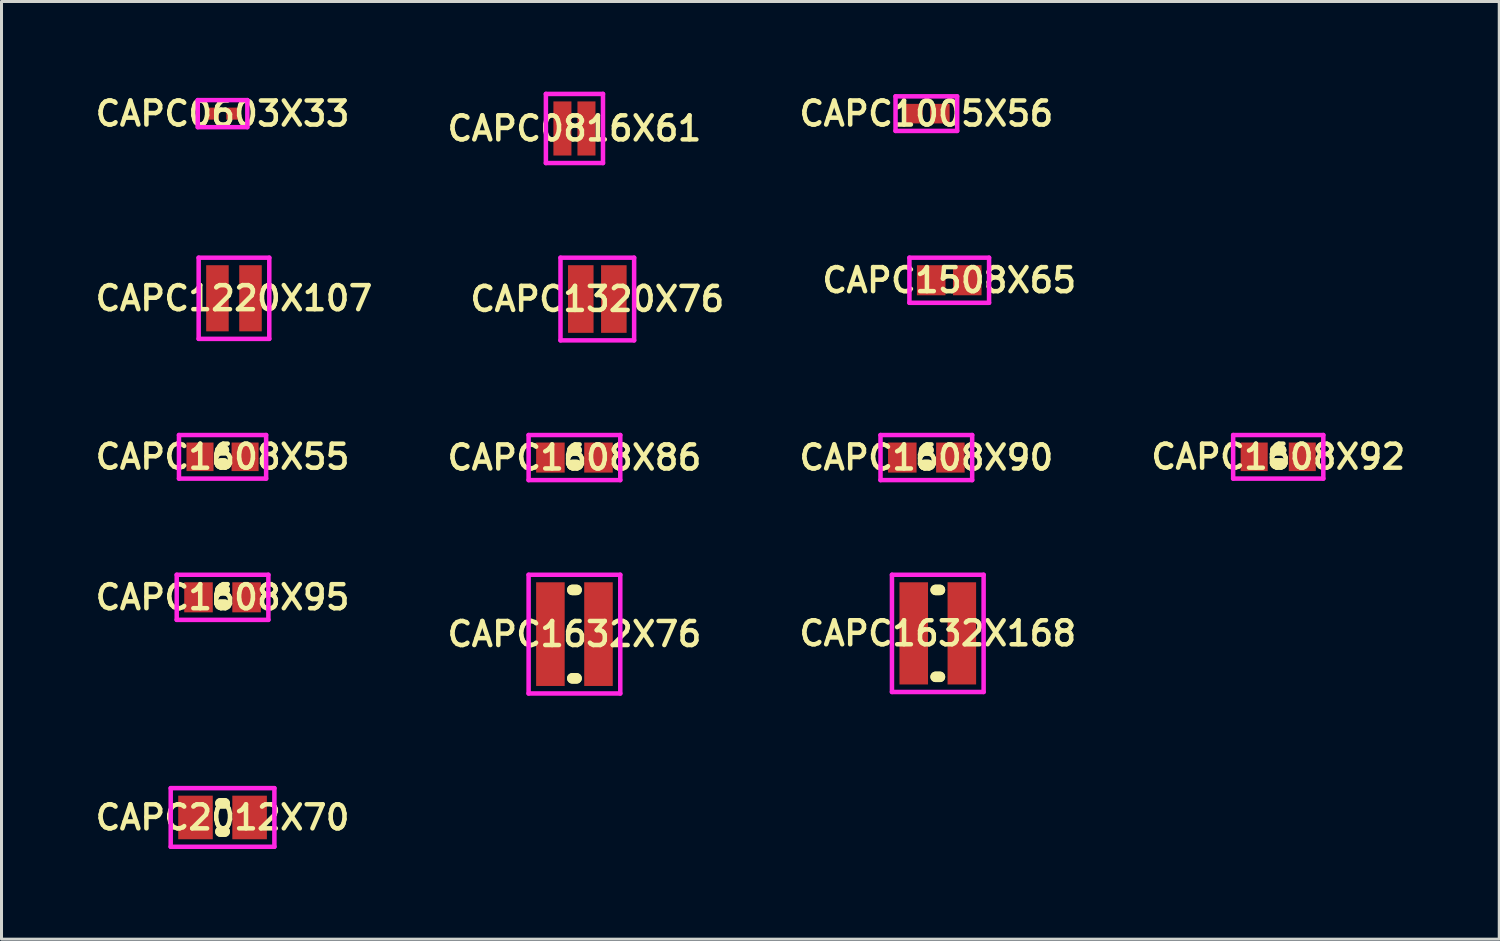
<source format=kicad_pcb>
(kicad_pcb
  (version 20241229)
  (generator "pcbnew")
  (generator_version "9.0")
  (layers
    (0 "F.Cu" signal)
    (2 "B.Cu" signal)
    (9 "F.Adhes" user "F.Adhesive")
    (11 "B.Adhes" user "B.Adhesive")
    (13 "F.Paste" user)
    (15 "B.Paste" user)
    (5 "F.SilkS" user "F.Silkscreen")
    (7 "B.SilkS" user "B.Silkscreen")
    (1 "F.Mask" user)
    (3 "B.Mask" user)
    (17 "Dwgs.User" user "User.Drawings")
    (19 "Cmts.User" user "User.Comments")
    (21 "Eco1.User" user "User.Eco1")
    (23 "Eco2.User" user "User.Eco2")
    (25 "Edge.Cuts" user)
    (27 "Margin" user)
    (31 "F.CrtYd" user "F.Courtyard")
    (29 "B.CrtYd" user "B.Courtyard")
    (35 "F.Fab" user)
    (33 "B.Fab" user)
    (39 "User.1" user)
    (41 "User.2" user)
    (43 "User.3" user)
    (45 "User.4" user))
  (footprint "CAPC1608X95"
    (layer "F.Cu")
    (at 4.355 16.825)
    (property "Reference" "CAPC1608X95" (at 0 0 0) (layer "F.SilkS") (effects (font (size 0.8 0.8) (thickness 0.15))))
    (attr through_hole)
    (fp_line (start -0.071 -0.246) (end 0.071 -0.246) (stroke (width 0.35) (type solid)) (layer "F.SilkS"))
    (fp_line (start -0.071 0.246) (end 0.071 0.246) (stroke (width 0.35) (type solid)) (layer "F.SilkS"))
    (fp_line (start 0.071 -0.246) (end -0.071 -0.246) (stroke (width 0.35) (type solid)) (layer "F.SilkS"))
    (fp_line (start 0.071 0.246) (end -0.071 0.246) (stroke (width 0.35) (type solid)) (layer "F.SilkS"))
    (fp_line (start -1.525 -0.75) (end 1.525 -0.75) (stroke (width 0.15) (type solid)) (layer "F.CrtYd"))
    (fp_line (start -1.525 0.75) (end -1.525 -0.75) (stroke (width 0.15) (type solid)) (layer "F.CrtYd"))
    (fp_line (start 1.525 -0.75) (end 1.525 0.75) (stroke (width 0.15) (type solid)) (layer "F.CrtYd"))
    (fp_line (start 1.525 0.75) (end -1.525 0.75) (stroke (width 0.15) (type solid)) (layer "F.CrtYd"))
    (pad "1" smd rect (at -0.8 0) (size 0.95 1) (layers "F.Cu" "F.Mask" "F.Paste"))
    (pad "2" smd rect (at 0.8 0) (size 0.95 1) (layers "F.Cu" "F.Mask" "F.Paste")))
  (footprint "CAPC0816X61"
    (layer "F.Cu")
    (at 16.064 1.225)
    (property "Reference" "CAPC0816X61" (at 0 0 0) (layer "F.SilkS") (effects (font (size 0.8 0.8) (thickness 0.15))))
    (attr through_hole)
    (fp_line (start -0.95 -1.15) (end 0.95 -1.15) (stroke (width 0.15) (type solid)) (layer "F.CrtYd"))
    (fp_line (start -0.95 1.15) (end -0.95 -1.15) (stroke (width 0.15) (type solid)) (layer "F.CrtYd"))
    (fp_line (start 0.95 -1.15) (end 0.95 1.15) (stroke (width 0.15) (type solid)) (layer "F.CrtYd"))
    (fp_line (start 0.95 1.15) (end -0.95 1.15) (stroke (width 0.15) (type solid)) (layer "F.CrtYd"))
    (pad "1" smd rect (at -0.4 0) (size 0.6 1.8) (layers "F.Cu" "F.Mask" "F.Paste"))
    (pad "2" smd rect (at 0.4 0) (size 0.6 1.8) (layers "F.Cu" "F.Mask" "F.Paste")))
  (footprint "CAPC1608X55"
    (layer "F.Cu")
    (at 4.355 12.15)
    (property "Reference" "CAPC1608X55" (at 0 0 0) (layer "F.SilkS") (effects (font (size 0.8 0.8) (thickness 0.15))))
    (attr smd)
    (fp_line (start -0.046 -0.221) (end 0.046 -0.221) (stroke (width 0.35) (type solid)) (layer "F.SilkS"))
    (fp_line (start -0.046 0.221) (end 0.046 0.221) (stroke (width 0.35) (type solid)) (layer "F.SilkS"))
    (fp_line (start 0.046 -0.221) (end -0.046 -0.221) (stroke (width 0.35) (type solid)) (layer "F.SilkS"))
    (fp_line (start 0.046 0.221) (end -0.046 0.221) (stroke (width 0.35) (type solid)) (layer "F.SilkS"))
    (fp_line (start -1.45 -0.725) (end 1.45 -0.725) (stroke (width 0.15) (type solid)) (layer "F.CrtYd"))
    (fp_line (start -1.45 0.725) (end -1.45 -0.725) (stroke (width 0.15) (type solid)) (layer "F.CrtYd"))
    (fp_line (start 1.45 -0.725) (end 1.45 0.725) (stroke (width 0.15) (type solid)) (layer "F.CrtYd"))
    (fp_line (start 1.45 0.725) (end -1.45 0.725) (stroke (width 0.15) (type solid)) (layer "F.CrtYd"))
    (pad "1" smd rect (at -0.75 0) (size 0.9 0.95) (layers "F.Cu" "F.Mask" "F.Paste"))
    (pad "2" smd rect (at 0.75 0) (size 0.9 0.95) (layers "F.Cu" "F.Mask" "F.Paste")))
  (footprint "CAPC1320X76"
    (layer "F.Cu")
    (at 16.825 6.9)
    (property "Reference" "CAPC1320X76" (at 0 0 0) (layer "F.SilkS") (effects (font (size 0.8 0.8) (thickness 0.15))))
    (attr smd)
    (fp_line (start -1.225 -1.375) (end 1.225 -1.375) (stroke (width 0.15) (type solid)) (layer "F.CrtYd"))
    (fp_line (start -1.225 1.375) (end -1.225 -1.375) (stroke (width 0.15) (type solid)) (layer "F.CrtYd"))
    (fp_line (start 1.225 -1.375) (end 1.225 1.375) (stroke (width 0.15) (type solid)) (layer "F.CrtYd"))
    (fp_line (start 1.225 1.375) (end -1.225 1.375) (stroke (width 0.15) (type solid)) (layer "F.CrtYd"))
    (pad "1" smd rect (at -0.55 0) (size 0.85 2.25) (layers "F.Cu" "F.Mask" "F.Paste"))
    (pad "2" smd rect (at 0.55 0) (size 0.85 2.25) (layers "F.Cu" "F.Mask" "F.Paste")))
  (footprint "CAPC0603X33"
    (layer "F.Cu")
    (at 4.355 0.731)
    (property "Reference" "CAPC0603X33" (at 0 0 0) (layer "F.SilkS") (effects (font (size 0.8 0.8) (thickness 0.15))))
    (attr through_hole)
    (fp_line (start -0.825 -0.45) (end 0.825 -0.45) (stroke (width 0.15) (type solid)) (layer "F.CrtYd"))
    (fp_line (start -0.825 0.45) (end -0.825 -0.45) (stroke (width 0.15) (type solid)) (layer "F.CrtYd"))
    (fp_line (start 0.825 -0.45) (end 0.825 0.45) (stroke (width 0.15) (type solid)) (layer "F.CrtYd"))
    (fp_line (start 0.825 0.45) (end -0.825 0.45) (stroke (width 0.15) (type solid)) (layer "F.CrtYd"))
    (pad "1" smd rect (at -0.35 0) (size 0.45 0.4) (layers "F.Cu" "F.Mask" "F.Paste"))
    (pad "2" smd rect (at 0.35 0) (size 0.45 0.4) (layers "F.Cu" "F.Mask" "F.Paste")))
  (footprint "CAPC1220X107"
    (layer "F.Cu")
    (at 4.735 6.875)
    (property "Reference" "CAPC1220X107" (at 0 0 0) (layer "F.SilkS") (effects (font (size 0.8 0.8) (thickness 0.15))))
    (attr smd)
    (fp_line (start -1.175 -1.35) (end 1.175 -1.35) (stroke (width 0.15) (type solid)) (layer "F.CrtYd"))
    (fp_line (start -1.175 1.35) (end -1.175 -1.35) (stroke (width 0.15) (type solid)) (layer "F.CrtYd"))
    (fp_line (start 1.175 -1.35) (end 1.175 1.35) (stroke (width 0.15) (type solid)) (layer "F.CrtYd"))
    (fp_line (start 1.175 1.35) (end -1.175 1.35) (stroke (width 0.15) (type solid)) (layer "F.CrtYd"))
    (pad "1" smd rect (at -0.55 0) (size 0.75 2.2) (layers "F.Cu" "F.Mask" "F.Paste"))
    (pad "2" smd rect (at 0.55 0) (size 0.75 2.2) (layers "F.Cu" "F.Mask" "F.Paste")))
  (footprint "CAPC1508X65"
    (layer "F.Cu")
    (at 28.535 6.275)
    (property "Reference" "CAPC1508X65" (at 0 0 0) (layer "F.SilkS") (effects (font (size 0.8 0.8) (thickness 0.15))))
    (attr smd)
    (fp_line (start -1.325 -0.75) (end 1.325 -0.75) (stroke (width 0.15) (type solid)) (layer "F.CrtYd"))
    (fp_line (start -1.325 0.75) (end -1.325 -0.75) (stroke (width 0.15) (type solid)) (layer "F.CrtYd"))
    (fp_line (start 1.325 -0.75) (end 1.325 0.75) (stroke (width 0.15) (type solid)) (layer "F.CrtYd"))
    (fp_line (start 1.325 0.75) (end -1.325 0.75) (stroke (width 0.15) (type solid)) (layer "F.CrtYd"))
    (pad "1" smd rect (at -0.6 0) (size 0.95 1) (layers "F.Cu" "F.Mask" "F.Paste"))
    (pad "2" smd rect (at 0.6 0) (size 0.95 1) (layers "F.Cu" "F.Mask" "F.Paste")))
  (footprint "CAPC1608X86"
    (layer "F.Cu")
    (at 16.064 12.175)
    (property "Reference" "CAPC1608X86" (at 0 0 0) (layer "F.SilkS") (effects (font (size 0.8 0.8) (thickness 0.15))))
    (attr smd)
    (fp_line (start -0.071 -0.246) (end 0.071 -0.246) (stroke (width 0.35) (type solid)) (layer "F.SilkS"))
    (fp_line (start -0.071 0.246) (end 0.071 0.246) (stroke (width 0.35) (type solid)) (layer "F.SilkS"))
    (fp_line (start 0.071 -0.246) (end -0.071 -0.246) (stroke (width 0.35) (type solid)) (layer "F.SilkS"))
    (fp_line (start 0.071 0.246) (end -0.071 0.246) (stroke (width 0.35) (type solid)) (layer "F.SilkS"))
    (fp_line (start -1.525 -0.75) (end 1.525 -0.75) (stroke (width 0.15) (type solid)) (layer "F.CrtYd"))
    (fp_line (start -1.525 0.75) (end -1.525 -0.75) (stroke (width 0.15) (type solid)) (layer "F.CrtYd"))
    (fp_line (start 1.525 -0.75) (end 1.525 0.75) (stroke (width 0.15) (type solid)) (layer "F.CrtYd"))
    (fp_line (start 1.525 0.75) (end -1.525 0.75) (stroke (width 0.15) (type solid)) (layer "F.CrtYd"))
    (pad "1" smd rect (at -0.8 0) (size 0.95 1) (layers "F.Cu" "F.Mask" "F.Paste"))
    (pad "2" smd rect (at 0.8 0) (size 0.95 1) (layers "F.Cu" "F.Mask" "F.Paste")))
  (footprint "CAPC1608X90"
    (layer "F.Cu")
    (at 27.773 12.175)
    (property "Reference" "CAPC1608X90" (at 0 0 0) (layer "F.SilkS") (effects (font (size 0.8 0.8) (thickness 0.15))))
    (attr smd)
    (fp_line (start -0.071 -0.246) (end 0.071 -0.246) (stroke (width 0.35) (type solid)) (layer "F.SilkS"))
    (fp_line (start -0.071 0.246) (end 0.071 0.246) (stroke (width 0.35) (type solid)) (layer "F.SilkS"))
    (fp_line (start 0.071 -0.246) (end -0.071 -0.246) (stroke (width 0.35) (type solid)) (layer "F.SilkS"))
    (fp_line (start 0.071 0.246) (end -0.071 0.246) (stroke (width 0.35) (type solid)) (layer "F.SilkS"))
    (fp_line (start -1.525 -0.75) (end 1.525 -0.75) (stroke (width 0.15) (type solid)) (layer "F.CrtYd"))
    (fp_line (start -1.525 0.75) (end -1.525 -0.75) (stroke (width 0.15) (type solid)) (layer "F.CrtYd"))
    (fp_line (start 1.525 -0.75) (end 1.525 0.75) (stroke (width 0.15) (type solid)) (layer "F.CrtYd"))
    (fp_line (start 1.525 0.75) (end -1.525 0.75) (stroke (width 0.15) (type solid)) (layer "F.CrtYd"))
    (pad "1" smd rect (at -0.8 0) (size 0.95 1) (layers "F.Cu" "F.Mask" "F.Paste"))
    (pad "2" smd rect (at 0.8 0) (size 0.95 1) (layers "F.Cu" "F.Mask" "F.Paste")))
  (footprint "CAPC2012X70"
    (layer "F.Cu")
    (at 4.355 24.15)
    (property "Reference" "CAPC2012X70" (at 0 0 0) (layer "F.SilkS") (effects (font (size 0.8 0.8) (thickness 0.15))))
    (attr smd)
    (fp_line (start -0.071 -0.471) (end 0.071 -0.471) (stroke (width 0.35) (type solid)) (layer "F.SilkS"))
    (fp_line (start -0.071 0.471) (end 0.071 0.471) (stroke (width 0.35) (type solid)) (layer "F.SilkS"))
    (fp_line (start 0.071 -0.471) (end -0.071 -0.471) (stroke (width 0.35) (type solid)) (layer "F.SilkS"))
    (fp_line (start 0.071 0.471) (end -0.071 0.471) (stroke (width 0.35) (type solid)) (layer "F.SilkS"))
    (fp_line (start -1.725 -0.975) (end 1.725 -0.975) (stroke (width 0.15) (type solid)) (layer "F.CrtYd"))
    (fp_line (start -1.725 0.975) (end -1.725 -0.975) (stroke (width 0.15) (type solid)) (layer "F.CrtYd"))
    (fp_line (start 1.725 -0.975) (end 1.725 0.975) (stroke (width 0.15) (type solid)) (layer "F.CrtYd"))
    (fp_line (start 1.725 0.975) (end -1.725 0.975) (stroke (width 0.15) (type solid)) (layer "F.CrtYd"))
    (pad "1" smd rect (at -0.9 0) (size 1.15 1.45) (layers "F.Cu" "F.Mask" "F.Paste"))
    (pad "2" smd rect (at 0.9 0) (size 1.15 1.45) (layers "F.Cu" "F.Mask" "F.Paste")))
  (footprint "CAPC1005X56"
    (layer "F.Cu")
    (at 27.773 0.731)
    (property "Reference" "CAPC1005X56" (at 0 0 0) (layer "F.SilkS") (effects (font (size 0.8 0.8) (thickness 0.15))))
    (attr through_hole)
    (fp_line (start -1.025 -0.575) (end 1.025 -0.575) (stroke (width 0.15) (type solid)) (layer "F.CrtYd"))
    (fp_line (start -1.025 0.575) (end -1.025 -0.575) (stroke (width 0.15) (type solid)) (layer "F.CrtYd"))
    (fp_line (start 1.025 -0.575) (end 1.025 0.575) (stroke (width 0.15) (type solid)) (layer "F.CrtYd"))
    (fp_line (start 1.025 0.575) (end -1.025 0.575) (stroke (width 0.15) (type solid)) (layer "F.CrtYd"))
    (pad "1" smd rect (at -0.45 0) (size 0.65 0.65) (layers "F.Cu" "F.Mask" "F.Paste"))
    (pad "2" smd rect (at 0.45 0) (size 0.65 0.65) (layers "F.Cu" "F.Mask" "F.Paste")))
  (footprint "CAPC1632X168"
    (layer "F.Cu")
    (at 28.154 18.025)
    (property "Reference" "CAPC1632X168" (at 0 0 0) (layer "F.SilkS") (effects (font (size 0.8 0.8) (thickness 0.15))))
    (attr smd)
    (fp_line (start -0.071 -1.446) (end 0.071 -1.446) (stroke (width 0.35) (type solid)) (layer "F.SilkS"))
    (fp_line (start -0.071 1.446) (end 0.071 1.446) (stroke (width 0.35) (type solid)) (layer "F.SilkS"))
    (fp_line (start 0.071 -1.446) (end -0.071 -1.446) (stroke (width 0.35) (type solid)) (layer "F.SilkS"))
    (fp_line (start 0.071 1.446) (end -0.071 1.446) (stroke (width 0.35) (type solid)) (layer "F.SilkS"))
    (fp_line (start -1.525 -1.95) (end 1.525 -1.95) (stroke (width 0.15) (type solid)) (layer "F.CrtYd"))
    (fp_line (start -1.525 1.95) (end -1.525 -1.95) (stroke (width 0.15) (type solid)) (layer "F.CrtYd"))
    (fp_line (start 1.525 -1.95) (end 1.525 1.95) (stroke (width 0.15) (type solid)) (layer "F.CrtYd"))
    (fp_line (start 1.525 1.95) (end -1.525 1.95) (stroke (width 0.15) (type solid)) (layer "F.CrtYd"))
    (pad "1" smd rect (at -0.8 0) (size 0.95 3.4) (layers "F.Cu" "F.Mask" "F.Paste"))
    (pad "2" smd rect (at 0.8 0) (size 0.95 3.4) (layers "F.Cu" "F.Mask" "F.Paste")))
  (footprint "CAPC1632X76"
    (layer "F.Cu")
    (at 16.064 18.05)
    (property "Reference" "CAPC1632X76" (at 0 0 0) (layer "F.SilkS") (effects (font (size 0.8 0.8) (thickness 0.15))))
    (attr smd)
    (fp_line (start -0.071 -1.471) (end 0.071 -1.471) (stroke (width 0.35) (type solid)) (layer "F.SilkS"))
    (fp_line (start -0.071 1.471) (end 0.071 1.471) (stroke (width 0.35) (type solid)) (layer "F.SilkS"))
    (fp_line (start 0.071 -1.471) (end -0.071 -1.471) (stroke (width 0.35) (type solid)) (layer "F.SilkS"))
    (fp_line (start 0.071 1.471) (end -0.071 1.471) (stroke (width 0.35) (type solid)) (layer "F.SilkS"))
    (fp_line (start -1.525 -1.975) (end 1.525 -1.975) (stroke (width 0.15) (type solid)) (layer "F.CrtYd"))
    (fp_line (start -1.525 1.975) (end -1.525 -1.975) (stroke (width 0.15) (type solid)) (layer "F.CrtYd"))
    (fp_line (start 1.525 -1.975) (end 1.525 1.975) (stroke (width 0.15) (type solid)) (layer "F.CrtYd"))
    (fp_line (start 1.525 1.975) (end -1.525 1.975) (stroke (width 0.15) (type solid)) (layer "F.CrtYd"))
    (pad "1" smd rect (at -0.8 0) (size 0.95 3.45) (layers "F.Cu" "F.Mask" "F.Paste"))
    (pad "2" smd rect (at 0.8 0) (size 0.95 3.45) (layers "F.Cu" "F.Mask" "F.Paste")))
  (footprint "CAPC1608X92"
    (layer "F.Cu")
    (at 39.482 12.15)
    (property "Reference" "CAPC1608X92" (at 0 0 0) (layer "F.SilkS") (effects (font (size 0.8 0.8) (thickness 0.15))))
    (attr smd)
    (fp_line (start -0.096 -0.221) (end 0.096 -0.221) (stroke (width 0.35) (type solid)) (layer "F.SilkS"))
    (fp_line (start -0.096 0.221) (end 0.096 0.221) (stroke (width 0.35) (type solid)) (layer "F.SilkS"))
    (fp_line (start 0.096 -0.221) (end -0.096 -0.221) (stroke (width 0.35) (type solid)) (layer "F.SilkS"))
    (fp_line (start 0.096 0.221) (end -0.096 0.221) (stroke (width 0.35) (type solid)) (layer "F.SilkS"))
    (fp_line (start -1.5 -0.725) (end 1.5 -0.725) (stroke (width 0.15) (type solid)) (layer "F.CrtYd"))
    (fp_line (start -1.5 0.725) (end -1.5 -0.725) (stroke (width 0.15) (type solid)) (layer "F.CrtYd"))
    (fp_line (start 1.5 -0.725) (end 1.5 0.725) (stroke (width 0.15) (type solid)) (layer "F.CrtYd"))
    (fp_line (start 1.5 0.725) (end -1.5 0.725) (stroke (width 0.15) (type solid)) (layer "F.CrtYd"))
    (pad "1" smd rect (at -0.8 0) (size 0.9 0.95) (layers "F.Cu" "F.Mask" "F.Paste"))
    (pad "2" smd rect (at 0.8 0) (size 0.9 0.95) (layers "F.Cu" "F.Mask" "F.Paste")))
  (gr_rect
    (start -3 -3)
    (end 46.836 28.2)
    (stroke (width 0.1) (type default))
    (fill no)
    (layer "Edge.Cuts")))
</source>
